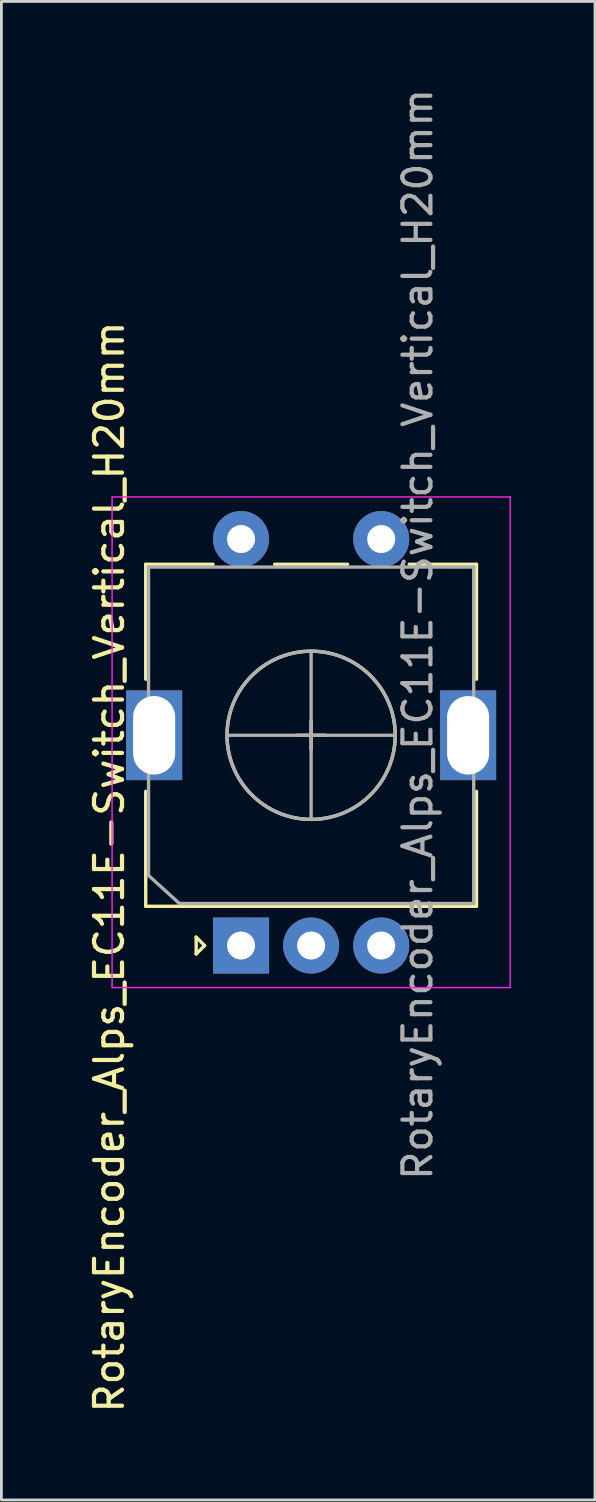
<source format=kicad_pcb>
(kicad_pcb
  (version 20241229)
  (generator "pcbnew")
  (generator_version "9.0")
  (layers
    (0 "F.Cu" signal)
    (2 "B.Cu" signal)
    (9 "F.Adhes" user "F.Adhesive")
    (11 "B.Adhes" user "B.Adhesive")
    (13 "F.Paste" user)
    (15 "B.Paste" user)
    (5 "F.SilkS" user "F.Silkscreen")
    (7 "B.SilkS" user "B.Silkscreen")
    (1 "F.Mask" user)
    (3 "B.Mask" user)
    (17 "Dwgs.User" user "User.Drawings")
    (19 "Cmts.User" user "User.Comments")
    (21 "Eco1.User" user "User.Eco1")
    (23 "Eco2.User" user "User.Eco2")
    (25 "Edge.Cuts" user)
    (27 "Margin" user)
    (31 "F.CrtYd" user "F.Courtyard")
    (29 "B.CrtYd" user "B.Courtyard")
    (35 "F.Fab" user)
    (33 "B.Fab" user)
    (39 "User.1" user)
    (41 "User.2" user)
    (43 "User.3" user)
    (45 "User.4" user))
  (footprint "RotaryEncoder_Alps_EC11E-Switch_Vertical_H20mm"
    (layer "F.Cu")
    (at 8.047 23.179)
    (property "Reference" "RotaryEncoder_Alps_EC11E-Switch_Vertical_H20mm" (at -7.199 4.699 90) (layer "F.SilkS") (effects (font (size 1 1) (thickness 0.15))))
    (attr through_hole)
    (fp_line (start -5.899 -6.101) (end -3.499 -6.101) (stroke (width 0.12) (type solid)) (layer "F.SilkS"))
    (fp_line (start -5.899 -2.001) (end -5.899 -6.101) (stroke (width 0.12) (type solid)) (layer "F.SilkS"))
    (fp_line (start -5.899 1.999) (end -5.899 6.099) (stroke (width 0.12) (type solid)) (layer "F.SilkS"))
    (fp_line (start -5.899 6.099) (end 5.901 6.099) (stroke (width 0.12) (type solid)) (layer "F.SilkS"))
    (fp_line (start -4.099 7.199) (end -3.799 7.499) (stroke (width 0.12) (type solid)) (layer "F.SilkS"))
    (fp_line (start -4.099 7.799) (end -4.099 7.199) (stroke (width 0.12) (type solid)) (layer "F.SilkS"))
    (fp_line (start -3.799 7.499) (end -4.099 7.799) (stroke (width 0.12) (type solid)) (layer "F.SilkS"))
    (fp_line (start -1.299 -6.101) (end 1.301 -6.101) (stroke (width 0.12) (type solid)) (layer "F.SilkS"))
    (fp_line (start -0.499 -0.001) (end 0.501 -0.001) (stroke (width 0.12) (type solid)) (layer "F.SilkS"))
    (fp_line (start 0.001 0.499) (end 0.001 -0.501) (stroke (width 0.12) (type solid)) (layer "F.SilkS"))
    (fp_line (start 3.501 -6.101) (end 5.901 -6.101) (stroke (width 0.12) (type solid)) (layer "F.SilkS"))
    (fp_line (start 5.901 -6.101) (end 5.901 -2.001) (stroke (width 0.12) (type solid)) (layer "F.SilkS"))
    (fp_line (start 5.901 1.999) (end 5.901 6.099) (stroke (width 0.12) (type solid)) (layer "F.SilkS"))
    (fp_circle (center 0.001 -0.001) (end 0.001 -3.001) (stroke (width 0.12) (type solid)) (fill no) (layer "F.SilkS"))
    (fp_line (start -7.099 8.999) (end -7.099 -8.501) (stroke (width 0.05) (type solid)) (layer "F.CrtYd"))
    (fp_line (start -7.099 8.999) (end 7.101 8.999) (stroke (width 0.05) (type solid)) (layer "F.CrtYd"))
    (fp_line (start 7.101 -8.501) (end -7.099 -8.501) (stroke (width 0.05) (type solid)) (layer "F.CrtYd"))
    (fp_line (start 7.101 -8.501) (end 7.101 8.999) (stroke (width 0.05) (type solid)) (layer "F.CrtYd"))
    (fp_line (start -5.799 -6.001) (end 5.801 -6.001) (stroke (width 0.12) (type solid)) (layer "F.Fab"))
    (fp_line (start -5.799 4.999) (end -5.799 -6.001) (stroke (width 0.12) (type solid)) (layer "F.Fab"))
    (fp_line (start -4.699 5.999) (end -5.799 4.999) (stroke (width 0.12) (type solid)) (layer "F.Fab"))
    (fp_line (start -2.999 -0.001) (end 3.001 -0.001) (stroke (width 0.12) (type solid)) (layer "F.Fab"))
    (fp_line (start 0.001 2.999) (end 0.001 -3.001) (stroke (width 0.12) (type solid)) (layer "F.Fab"))
    (fp_line (start 5.801 -6.001) (end 5.801 5.999) (stroke (width 0.12) (type solid)) (layer "F.Fab"))
    (fp_line (start 5.801 5.999) (end -4.699 5.999) (stroke (width 0.12) (type solid)) (layer "F.Fab"))
    (fp_circle (center 0.001 -0.001) (end 0.001 -3.001) (stroke (width 0.12) (type solid)) (fill no) (layer "F.Fab"))
    (fp_text user "${REFERENCE}" (at 3.801 -3.601 90) (layer "F.Fab") (effects (font (size 1 1) (thickness 0.15))))
    (pad "A" thru_hole rect (at -2.499 7.499 90) (size 2 2) (drill 1) (layers "*.Cu" "*.Mask"))
    (pad "B" thru_hole circle (at 2.501 7.499 90) (size 2 2) (drill 1) (layers "*.Cu" "*.Mask"))
    (pad "C" thru_hole circle (at 0.001 7.499 90) (size 2 2) (drill 1) (layers "*.Cu" "*.Mask"))
    (pad "MP" thru_hole rect (at -5.599 -0.001 90) (size 3.2 2) (drill oval 2.8 1.5) (layers "*.Cu" "*.Mask"))
    (pad "MP" thru_hole rect (at 5.601 -0.001 90) (size 3.2 2) (drill oval 2.8 1.5) (layers "*.Cu" "*.Mask"))
    (pad "S1" thru_hole circle (at 2.501 -7.001 90) (size 2 2) (drill 1) (layers "*.Cu" "*.Mask"))
    (pad "S2" thru_hole circle (at -2.499 -7.001 90) (size 2 2) (drill 1) (layers "*.Cu" "*.Mask")))
  (gr_rect
    (start -3 -3)
    (end 18.173 50.455)
    (stroke (width 0.1) (type default))
    (fill no)
    (layer "Edge.Cuts")))
</source>
